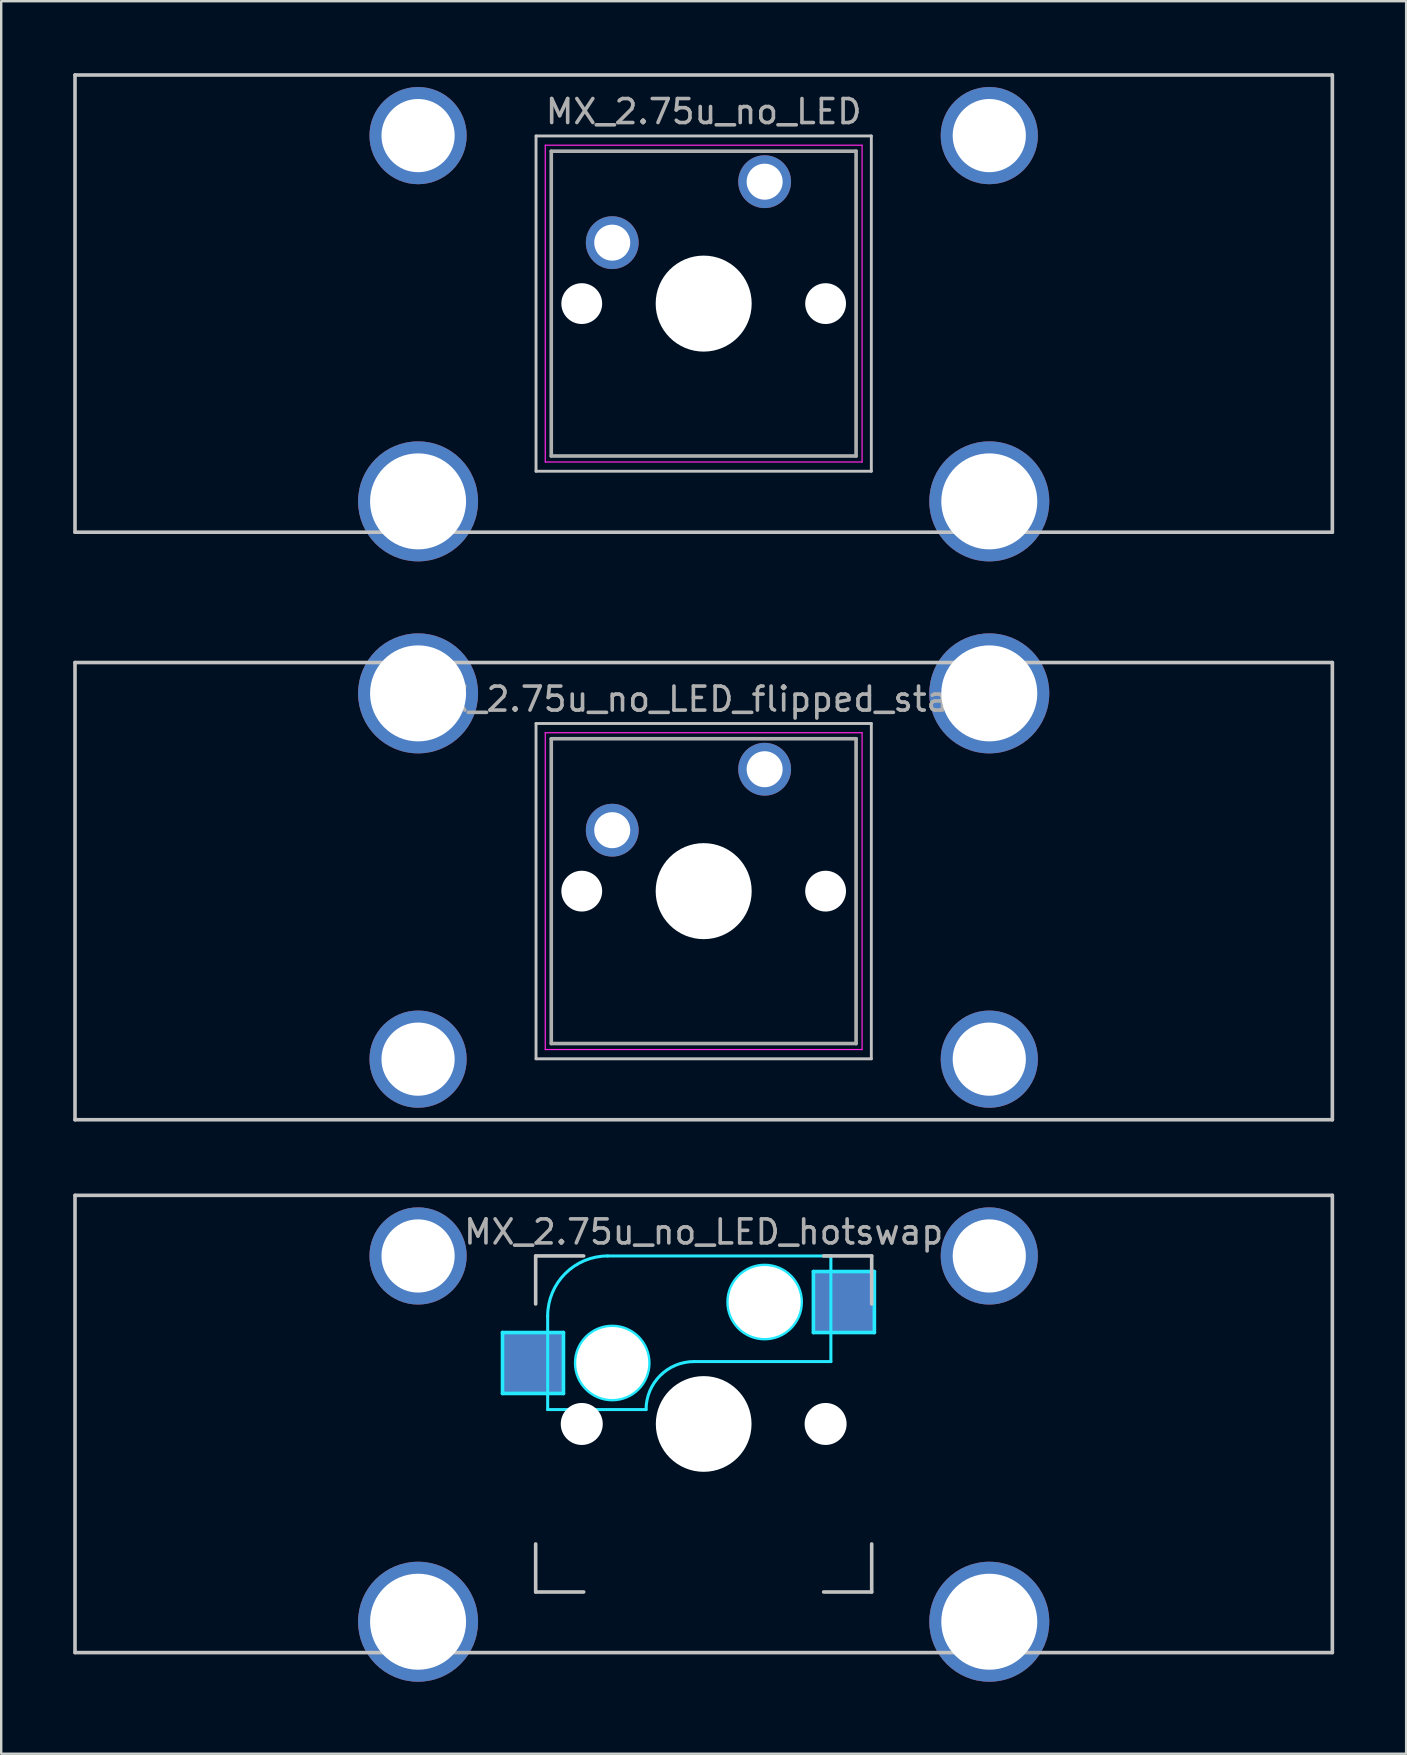
<source format=kicad_pcb>
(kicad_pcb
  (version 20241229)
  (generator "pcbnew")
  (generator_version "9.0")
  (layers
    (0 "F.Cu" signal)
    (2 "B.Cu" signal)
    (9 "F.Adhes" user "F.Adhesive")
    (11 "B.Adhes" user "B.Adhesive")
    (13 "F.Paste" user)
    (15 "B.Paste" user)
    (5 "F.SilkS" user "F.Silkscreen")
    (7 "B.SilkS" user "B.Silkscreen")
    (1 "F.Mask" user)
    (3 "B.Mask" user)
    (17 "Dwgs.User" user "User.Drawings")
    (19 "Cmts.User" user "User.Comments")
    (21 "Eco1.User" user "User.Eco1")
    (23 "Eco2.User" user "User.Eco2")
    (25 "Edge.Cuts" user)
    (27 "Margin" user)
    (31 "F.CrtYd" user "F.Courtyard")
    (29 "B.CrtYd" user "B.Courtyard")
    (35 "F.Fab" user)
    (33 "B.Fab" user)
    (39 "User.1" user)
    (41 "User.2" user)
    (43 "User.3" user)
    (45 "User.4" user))
  (footprint "MX_2.75u_no_LED_flipped_stabs"
    (layer "F.Cu")
    (at 26.269 34.08)
    (property "Reference" "MX_2.75u_no_LED_flipped_stabs" (at 0 -8 180) (layer "F.Fab") (effects (font (size 1 1) (thickness 0.15))))
    (attr through_hole)
    (fp_line (start -26.194 -9.525) (end 26.194 -9.525) (stroke (width 0.15) (type solid)) (layer "Dwgs.User"))
    (fp_line (start -26.194 9.525) (end -26.194 -9.525) (stroke (width 0.15) (type solid)) (layer "Dwgs.User"))
    (fp_line (start -6.985 -6.985) (end 6.985 -6.985) (stroke (width 0.12) (type solid)) (layer "Dwgs.User"))
    (fp_line (start -6.985 6.985) (end -6.985 -6.985) (stroke (width 0.12) (type solid)) (layer "Dwgs.User"))
    (fp_line (start 6.985 -6.985) (end 6.985 6.985) (stroke (width 0.12) (type solid)) (layer "Dwgs.User"))
    (fp_line (start 6.985 6.985) (end -6.985 6.985) (stroke (width 0.12) (type solid)) (layer "Dwgs.User"))
    (fp_line (start 26.194 -9.525) (end 26.194 9.525) (stroke (width 0.15) (type solid)) (layer "Dwgs.User"))
    (fp_line (start 26.194 9.525) (end -26.194 9.525) (stroke (width 0.15) (type solid)) (layer "Dwgs.User"))
    (fp_line (start -6.6 -6.6) (end 6.6 -6.6) (stroke (width 0.05) (type solid)) (layer "F.CrtYd"))
    (fp_line (start -6.6 6.6) (end -6.6 -6.6) (stroke (width 0.05) (type solid)) (layer "F.CrtYd"))
    (fp_line (start 6.6 -6.6) (end 6.6 6.6) (stroke (width 0.05) (type solid)) (layer "F.CrtYd"))
    (fp_line (start 6.6 6.6) (end -6.6 6.6) (stroke (width 0.05) (type solid)) (layer "F.CrtYd"))
    (fp_line (start -6.35 -6.35) (end 6.35 -6.35) (stroke (width 0.15) (type solid)) (layer "F.Fab"))
    (fp_line (start -6.35 6.35) (end -6.35 -6.35) (stroke (width 0.15) (type solid)) (layer "F.Fab"))
    (fp_line (start 6.35 -6.35) (end 6.35 6.35) (stroke (width 0.15) (type solid)) (layer "F.Fab"))
    (fp_line (start 6.35 6.35) (end -6.35 6.35) (stroke (width 0.15) (type solid)) (layer "F.Fab"))
    (fp_text user "2.75u" (at 0 4.763 0) (layer "F.Mask") (effects (font (size 1 1) (thickness 0.15))))
    (pad "" np_thru_hole circle (at -11.9 -8.24 180) (size 5 5) (drill 4) (layers "*.Cu" "B.Mask"))
    (pad "" np_thru_hole circle (at -11.9 7 180) (size 4.05 4.05) (drill 3.05) (layers "*.Cu" "B.Mask"))
    (pad "" np_thru_hole circle (at -5.08 0) (size 1.7 1.7) (drill 1.7) (layers "*.Cu" "*.Mask"))
    (pad "" np_thru_hole circle (at 0 0 180) (size 4 4) (drill 4) (layers "*.Cu" "*.Mask"))
    (pad "" np_thru_hole circle (at 5.08 0) (size 1.7 1.7) (drill 1.7) (layers "*.Cu" "*.Mask"))
    (pad "" np_thru_hole circle (at 11.9 -8.24 180) (size 5 5) (drill 4) (layers "*.Cu" "B.Mask"))
    (pad "" np_thru_hole circle (at 11.9 7 180) (size 4.05 4.05) (drill 3.05) (layers "*.Cu" "B.Mask"))
    (pad "1" thru_hole circle (at 2.54 -5.08) (size 2.2 2.2) (drill 1.5) (layers "*.Cu" "*.Mask"))
    (pad "2" thru_hole circle (at -3.81 -2.54) (size 2.2 2.2) (drill 1.5) (layers "*.Cu" "*.Mask")))
  (footprint "MX_2.75u_no_LED"
    (layer "F.Cu")
    (at 26.269 9.6)
    (property "Reference" "MX_2.75u_no_LED" (at 0 -8 0) (layer "F.Fab") (effects (font (size 1 1) (thickness 0.15))))
    (attr through_hole)
    (fp_line (start -26.194 -9.525) (end 26.194 -9.525) (stroke (width 0.15) (type solid)) (layer "Dwgs.User"))
    (fp_line (start -26.194 9.525) (end -26.194 -9.525) (stroke (width 0.15) (type solid)) (layer "Dwgs.User"))
    (fp_line (start -6.985 -6.985) (end 6.985 -6.985) (stroke (width 0.12) (type solid)) (layer "Dwgs.User"))
    (fp_line (start -6.985 6.985) (end -6.985 -6.985) (stroke (width 0.12) (type solid)) (layer "Dwgs.User"))
    (fp_line (start 6.985 -6.985) (end 6.985 6.985) (stroke (width 0.12) (type solid)) (layer "Dwgs.User"))
    (fp_line (start 6.985 6.985) (end -6.985 6.985) (stroke (width 0.12) (type solid)) (layer "Dwgs.User"))
    (fp_line (start 26.194 -9.525) (end 26.194 9.525) (stroke (width 0.15) (type solid)) (layer "Dwgs.User"))
    (fp_line (start 26.194 9.525) (end -26.194 9.525) (stroke (width 0.15) (type solid)) (layer "Dwgs.User"))
    (fp_line (start -6.6 -6.6) (end 6.6 -6.6) (stroke (width 0.05) (type solid)) (layer "F.CrtYd"))
    (fp_line (start -6.6 6.6) (end -6.6 -6.6) (stroke (width 0.05) (type solid)) (layer "F.CrtYd"))
    (fp_line (start 6.6 -6.6) (end 6.6 6.6) (stroke (width 0.05) (type solid)) (layer "F.CrtYd"))
    (fp_line (start 6.6 6.6) (end -6.6 6.6) (stroke (width 0.05) (type solid)) (layer "F.CrtYd"))
    (fp_line (start -6.35 -6.35) (end 6.35 -6.35) (stroke (width 0.15) (type solid)) (layer "F.Fab"))
    (fp_line (start -6.35 6.35) (end -6.35 -6.35) (stroke (width 0.15) (type solid)) (layer "F.Fab"))
    (fp_line (start 6.35 -6.35) (end 6.35 6.35) (stroke (width 0.15) (type solid)) (layer "F.Fab"))
    (fp_line (start 6.35 6.35) (end -6.35 6.35) (stroke (width 0.15) (type solid)) (layer "F.Fab"))
    (pad "" np_thru_hole circle (at -11.9 -7) (size 4.05 4.05) (drill 3.05) (layers "*.Cu" "B.Mask"))
    (pad "" np_thru_hole circle (at -11.9 8.24) (size 5 5) (drill 4) (layers "*.Cu" "B.Mask"))
    (pad "" np_thru_hole circle (at -5.08 0) (size 1.7 1.7) (drill 1.7) (layers "*.Cu" "*.Mask"))
    (pad "" np_thru_hole circle (at 0 0) (size 4 4) (drill 4) (layers "*.Cu" "*.Mask"))
    (pad "" np_thru_hole circle (at 5.08 0) (size 1.7 1.7) (drill 1.7) (layers "*.Cu" "*.Mask"))
    (pad "" np_thru_hole circle (at 11.9 -7) (size 4.05 4.05) (drill 3.05) (layers "*.Cu" "B.Mask"))
    (pad "" np_thru_hole circle (at 11.9 8.24) (size 5 5) (drill 4) (layers "*.Cu" "B.Mask"))
    (pad "1" thru_hole circle (at 2.54 -5.08) (size 2.2 2.2) (drill 1.5) (layers "*.Cu" "*.Mask"))
    (pad "2" thru_hole circle (at -3.81 -2.54) (size 2.2 2.2) (drill 1.5) (layers "*.Cu" "*.Mask")))
  (footprint "MX_2.75u_no_LED_hotswap"
    (layer "F.Cu")
    (at 26.269 56.28)
    (property "Reference" "MX_2.75u_no_LED_hotswap" (at 0 -8 0) (layer "F.Fab") (effects (font (size 1 1) (thickness 0.15))))
    (attr through_hole)
    (fp_line (start -26.194 -9.525) (end 26.194 -9.525) (stroke (width 0.15) (type solid)) (layer "Dwgs.User"))
    (fp_line (start -26.194 9.525) (end -26.194 -9.525) (stroke (width 0.15) (type solid)) (layer "Dwgs.User"))
    (fp_line (start -7 -7) (end -7 -5) (stroke (width 0.15) (type solid)) (layer "Dwgs.User"))
    (fp_line (start -7 5) (end -7 7) (stroke (width 0.15) (type solid)) (layer "Dwgs.User"))
    (fp_line (start -7 7) (end -5 7) (stroke (width 0.15) (type solid)) (layer "Dwgs.User"))
    (fp_line (start -5 -7) (end -7 -7) (stroke (width 0.15) (type solid)) (layer "Dwgs.User"))
    (fp_line (start 5 -7) (end 7 -7) (stroke (width 0.15) (type solid)) (layer "Dwgs.User"))
    (fp_line (start 5 7) (end 7 7) (stroke (width 0.15) (type solid)) (layer "Dwgs.User"))
    (fp_line (start 7 -7) (end 7 -5) (stroke (width 0.15) (type solid)) (layer "Dwgs.User"))
    (fp_line (start 7 7) (end 7 5) (stroke (width 0.15) (type solid)) (layer "Dwgs.User"))
    (fp_line (start 26.194 -9.525) (end 26.194 9.525) (stroke (width 0.15) (type solid)) (layer "Dwgs.User"))
    (fp_line (start 26.194 9.525) (end -26.194 9.525) (stroke (width 0.15) (type solid)) (layer "Dwgs.User"))
    (fp_line (start -8.382 -3.81) (end -8.382 -1.27) (stroke (width 0.15) (type solid)) (layer "B.CrtYd"))
    (fp_line (start -8.382 -1.27) (end -5.842 -1.27) (stroke (width 0.15) (type solid)) (layer "B.CrtYd"))
    (fp_line (start -6.5 -4.5) (end -6.5 -0.6) (stroke (width 0.127) (type solid)) (layer "B.CrtYd"))
    (fp_line (start -6.5 -0.6) (end -2.4 -0.6) (stroke (width 0.127) (type solid)) (layer "B.CrtYd"))
    (fp_line (start -5.842 -3.81) (end -8.382 -3.81) (stroke (width 0.15) (type solid)) (layer "B.CrtYd"))
    (fp_line (start -5.842 -1.27) (end -5.842 -3.81) (stroke (width 0.15) (type solid)) (layer "B.CrtYd"))
    (fp_line (start -0.4 -2.6) (end 5.3 -2.6) (stroke (width 0.127) (type solid)) (layer "B.CrtYd"))
    (fp_line (start 4.572 -6.35) (end 7.112 -6.35) (stroke (width 0.15) (type solid)) (layer "B.CrtYd"))
    (fp_line (start 4.572 -3.81) (end 4.572 -6.35) (stroke (width 0.15) (type solid)) (layer "B.CrtYd"))
    (fp_line (start 5.3 -7) (end -4 -7) (stroke (width 0.127) (type solid)) (layer "B.CrtYd"))
    (fp_line (start 5.3 -7) (end 5.3 -2.6) (stroke (width 0.127) (type solid)) (layer "B.CrtYd"))
    (fp_line (start 7.112 -6.35) (end 7.112 -3.81) (stroke (width 0.15) (type solid)) (layer "B.CrtYd"))
    (fp_line (start 7.112 -3.81) (end 4.572 -3.81) (stroke (width 0.15) (type solid)) (layer "B.CrtYd"))
    (fp_arc (start -6.5 -4.5) (mid -5.767767 -6.267767) (end -4 -7) (stroke (width 0.127) (type solid)) (layer "B.CrtYd"))
    (fp_arc (start -2.4 -0.6) (mid -1.814214 -2.014214) (end -0.4 -2.6) (stroke (width 0.127) (type solid)) (layer "B.CrtYd"))
    (fp_circle (center -3.81 -2.54) (end -3.81 -4.064) (stroke (width 0.15) (type solid)) (fill no) (layer "B.CrtYd"))
    (fp_circle (center 2.54 -5.08) (end 2.54 -6.604) (stroke (width 0.15) (type solid)) (fill no) (layer "B.CrtYd"))
    (pad "" np_thru_hole circle (at -11.9 -7) (size 4.05 4.05) (drill 3.05) (layers "*.Cu" "B.Mask"))
    (pad "" np_thru_hole circle (at -11.9 8.24) (size 5 5) (drill 4) (layers "*.Cu" "B.Mask"))
    (pad "" np_thru_hole circle (at -5.08 0 48.1) (size 1.75 1.75) (drill 1.75) (layers "*.Cu" "*.Mask"))
    (pad "" np_thru_hole circle (at -3.81 -2.54) (size 3 3) (drill 3) (layers "*.Cu" "*.Mask"))
    (pad "" np_thru_hole circle (at 0 0) (size 3.988 3.988) (drill 3.988) (layers "*.Cu" "*.Mask"))
    (pad "" np_thru_hole circle (at 2.54 -5.08) (size 3 3) (drill 3) (layers "*.Cu" "*.Mask"))
    (pad "" np_thru_hole circle (at 5.08 0 48.1) (size 1.75 1.75) (drill 1.75) (layers "*.Cu" "*.Mask"))
    (pad "" np_thru_hole circle (at 11.9 -7) (size 4.05 4.05) (drill 3.05) (layers "*.Cu" "B.Mask"))
    (pad "" np_thru_hole circle (at 11.9 8.24) (size 5 5) (drill 4) (layers "*.Cu" "B.Mask"))
    (pad "1" smd rect (at 5.842 -5.08) (size 2.55 2.5) (layers "B.Cu" "B.Mask"))
    (pad "2" smd rect (at -7.085 -2.54) (size 2.55 2.5) (layers "B.Cu" "B.Mask")))
  (gr_rect
    (start -3 -3)
    (end 55.538 70.02)
    (stroke (width 0.1) (type default))
    (fill no)
    (layer "Edge.Cuts")))
</source>
